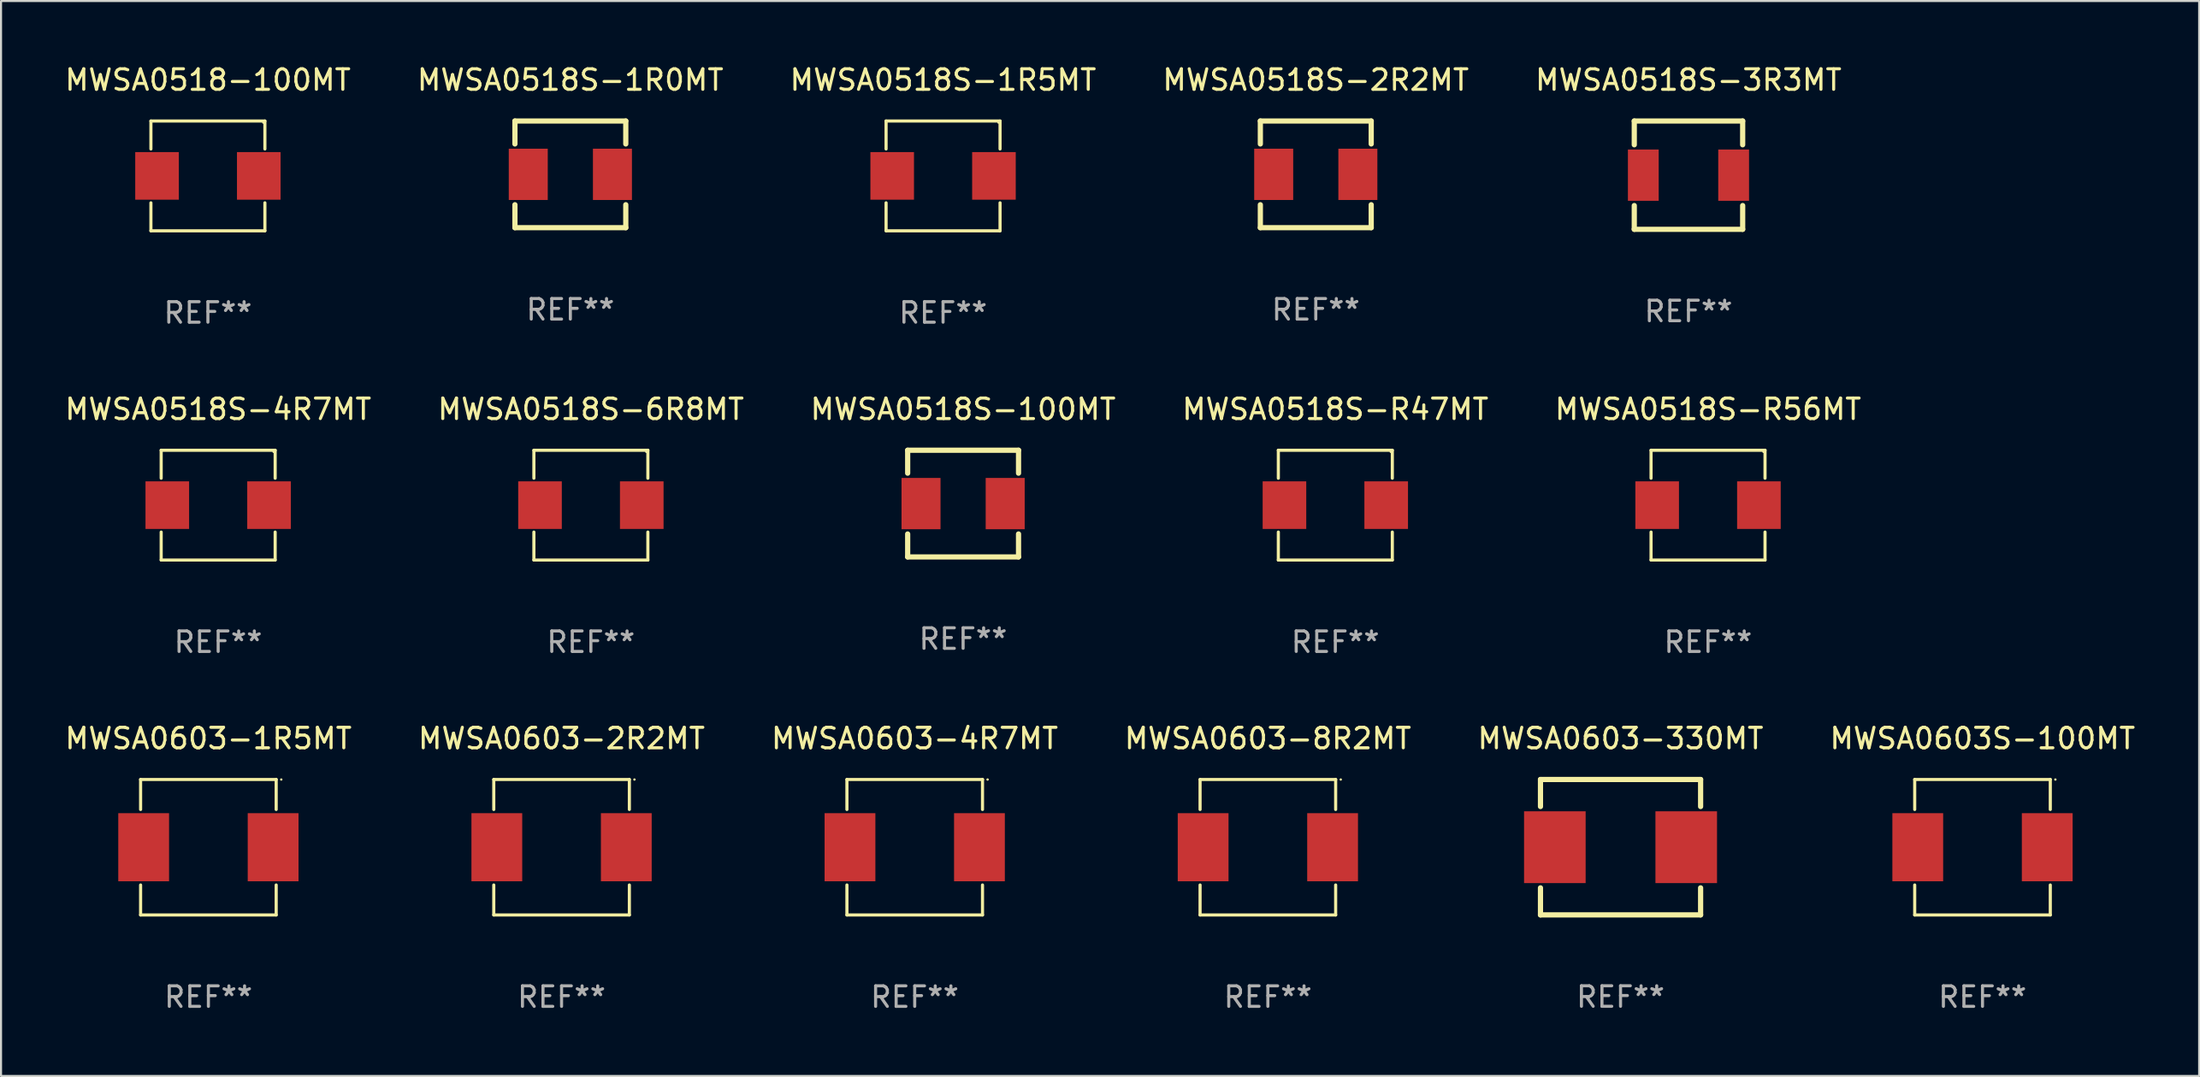
<source format=kicad_pcb>
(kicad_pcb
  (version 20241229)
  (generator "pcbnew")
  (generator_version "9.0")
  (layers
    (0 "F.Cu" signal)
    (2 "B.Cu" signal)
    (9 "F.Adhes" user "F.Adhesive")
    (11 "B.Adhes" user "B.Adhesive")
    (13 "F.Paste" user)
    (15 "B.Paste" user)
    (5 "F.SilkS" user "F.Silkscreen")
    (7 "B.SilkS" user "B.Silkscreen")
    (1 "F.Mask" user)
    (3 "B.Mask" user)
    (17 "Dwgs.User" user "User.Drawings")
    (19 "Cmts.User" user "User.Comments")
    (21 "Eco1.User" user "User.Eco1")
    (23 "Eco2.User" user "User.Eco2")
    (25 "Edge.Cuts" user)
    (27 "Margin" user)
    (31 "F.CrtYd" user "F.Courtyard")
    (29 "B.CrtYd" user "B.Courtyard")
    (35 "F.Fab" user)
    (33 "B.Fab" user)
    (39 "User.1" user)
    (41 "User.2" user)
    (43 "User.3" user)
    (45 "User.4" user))
  (footprint "MWSA0518S-2R2MT"
    (layer "F.Cu")
    (at 61.042 5.448)
    (property "Reference" "MWSA0518S-2R2MT" (at 0 -4.6 0) (layer "F.SilkS") (effects (font (size 1 1) (thickness 0.15))))
    (attr through_hole)
    (fp_line (start -2.7 -2.6) (end -2.7 -1.481) (stroke (width 0.254) (type solid)) (layer "F.SilkS"))
    (fp_line (start -2.7 -2.6) (end 2.7 -2.6) (stroke (width 0.254) (type solid)) (layer "F.SilkS"))
    (fp_line (start -2.7 1.481) (end -2.7 2.6) (stroke (width 0.254) (type solid)) (layer "F.SilkS"))
    (fp_line (start 2.7 -1.481) (end 2.7 -2.6) (stroke (width 0.254) (type solid)) (layer "F.SilkS"))
    (fp_line (start 2.7 2.6) (end -2.7 2.6) (stroke (width 0.254) (type solid)) (layer "F.SilkS"))
    (fp_line (start 2.7 2.6) (end 2.7 1.481) (stroke (width 0.254) (type solid)) (layer "F.SilkS"))
    (fp_circle (center -2.7 2.6) (end -2.67 2.6) (stroke (width 0.06) (type solid)) (fill no) (layer "F.SilkS"))
    (fp_text user "REF**" (at 0 6.6 0) (layer "F.Fab") (effects (font (size 1 1) (thickness 0.15))))
    (pad "1" smd rect (at -2.05 0) (size 1.9 2.5) (layers "F.Cu" "F.Mask" "F.Paste"))
    (pad "2" smd rect (at 2.05 0) (size 1.9 2.5) (layers "F.Cu" "F.Mask" "F.Paste")))
  (footprint "MWSA0518S-6R8MT"
    (layer "F.Cu")
    (at 25.732 21.573)
    (property "Reference" "MWSA0518S-6R8MT" (at 0 -4.676 0) (layer "F.SilkS") (effects (font (size 1 1) (thickness 0.15))))
    (attr through_hole)
    (fp_line (start -2.776 -2.676) (end 2.776 -2.676) (stroke (width 0.152) (type solid)) (layer "F.SilkS"))
    (fp_line (start -2.776 -1.312) (end -2.776 -2.676) (stroke (width 0.152) (type solid)) (layer "F.SilkS"))
    (fp_line (start -2.776 1.312) (end -2.776 2.676) (stroke (width 0.152) (type solid)) (layer "F.SilkS"))
    (fp_line (start -2.776 2.676) (end 2.776 2.676) (stroke (width 0.152) (type solid)) (layer "F.SilkS"))
    (fp_line (start 2.776 -2.676) (end 2.776 -1.312) (stroke (width 0.152) (type solid)) (layer "F.SilkS"))
    (fp_line (start 2.776 2.676) (end 2.776 1.312) (stroke (width 0.152) (type solid)) (layer "F.SilkS"))
    (fp_circle (center 2.7 -2.6) (end 2.73 -2.6) (stroke (width 0.06) (type solid)) (fill no) (layer "F.SilkS"))
    (fp_text user "REF**" (at 0 6.676 0) (layer "F.Fab") (effects (font (size 1 1) (thickness 0.15))))
    (pad "1" smd rect (at 2.478 0) (size 2.124 2.32) (layers "F.Cu" "F.Mask" "F.Paste"))
    (pad "2" smd rect (at -2.478 0) (size 2.124 2.32) (layers "F.Cu" "F.Mask" "F.Paste")))
  (footprint "MWSA0518S-4R7MT"
    (layer "F.Cu")
    (at 7.577 21.573)
    (property "Reference" "MWSA0518S-4R7MT" (at 0 -4.676 0) (layer "F.SilkS") (effects (font (size 1 1) (thickness 0.15))))
    (attr through_hole)
    (fp_line (start -2.776 -2.676) (end 2.776 -2.676) (stroke (width 0.152) (type solid)) (layer "F.SilkS"))
    (fp_line (start -2.776 -1.312) (end -2.776 -2.676) (stroke (width 0.152) (type solid)) (layer "F.SilkS"))
    (fp_line (start -2.776 1.312) (end -2.776 2.676) (stroke (width 0.152) (type solid)) (layer "F.SilkS"))
    (fp_line (start -2.776 2.676) (end 2.776 2.676) (stroke (width 0.152) (type solid)) (layer "F.SilkS"))
    (fp_line (start 2.776 -2.676) (end 2.776 -1.312) (stroke (width 0.152) (type solid)) (layer "F.SilkS"))
    (fp_line (start 2.776 2.676) (end 2.776 1.312) (stroke (width 0.152) (type solid)) (layer "F.SilkS"))
    (fp_circle (center 2.7 -2.6) (end 2.73 -2.6) (stroke (width 0.06) (type solid)) (fill no) (layer "F.SilkS"))
    (fp_text user "REF**" (at 0 6.676 0) (layer "F.Fab") (effects (font (size 1 1) (thickness 0.15))))
    (pad "1" smd rect (at 2.478 0) (size 2.124 2.32) (layers "F.Cu" "F.Mask" "F.Paste"))
    (pad "2" smd rect (at -2.478 0) (size 2.124 2.32) (layers "F.Cu" "F.Mask" "F.Paste")))
  (footprint "MWSA0518S-100MT"
    (layer "F.Cu")
    (at 43.863 21.497)
    (property "Reference" "MWSA0518S-100MT" (at 0 -4.6 0) (layer "F.SilkS") (effects (font (size 1 1) (thickness 0.15))))
    (attr through_hole)
    (fp_line (start -2.7 -2.6) (end -2.7 -1.481) (stroke (width 0.254) (type solid)) (layer "F.SilkS"))
    (fp_line (start -2.7 -2.6) (end 2.7 -2.6) (stroke (width 0.254) (type solid)) (layer "F.SilkS"))
    (fp_line (start -2.7 1.481) (end -2.7 2.6) (stroke (width 0.254) (type solid)) (layer "F.SilkS"))
    (fp_line (start 2.7 -1.481) (end 2.7 -2.6) (stroke (width 0.254) (type solid)) (layer "F.SilkS"))
    (fp_line (start 2.7 2.6) (end -2.7 2.6) (stroke (width 0.254) (type solid)) (layer "F.SilkS"))
    (fp_line (start 2.7 2.6) (end 2.7 1.481) (stroke (width 0.254) (type solid)) (layer "F.SilkS"))
    (fp_circle (center -2.7 2.6) (end -2.67 2.6) (stroke (width 0.06) (type solid)) (fill no) (layer "F.SilkS"))
    (fp_text user "REF**" (at 0 6.6 0) (layer "F.Fab") (effects (font (size 1 1) (thickness 0.15))))
    (pad "1" smd rect (at -2.05 0) (size 1.9 2.5) (layers "F.Cu" "F.Mask" "F.Paste"))
    (pad "2" smd rect (at 2.05 0) (size 1.9 2.5) (layers "F.Cu" "F.Mask" "F.Paste")))
  (footprint "MWSA0518S-1R5MT"
    (layer "F.Cu")
    (at 42.887 5.524)
    (property "Reference" "MWSA0518S-1R5MT" (at 0 -4.676 0) (layer "F.SilkS") (effects (font (size 1 1) (thickness 0.15))))
    (attr through_hole)
    (fp_line (start -2.776 -2.676) (end 2.776 -2.676) (stroke (width 0.152) (type solid)) (layer "F.SilkS"))
    (fp_line (start -2.776 -1.312) (end -2.776 -2.676) (stroke (width 0.152) (type solid)) (layer "F.SilkS"))
    (fp_line (start -2.776 1.312) (end -2.776 2.676) (stroke (width 0.152) (type solid)) (layer "F.SilkS"))
    (fp_line (start -2.776 2.676) (end 2.776 2.676) (stroke (width 0.152) (type solid)) (layer "F.SilkS"))
    (fp_line (start 2.776 -2.676) (end 2.776 -1.312) (stroke (width 0.152) (type solid)) (layer "F.SilkS"))
    (fp_line (start 2.776 2.676) (end 2.776 1.312) (stroke (width 0.152) (type solid)) (layer "F.SilkS"))
    (fp_circle (center 2.7 -2.6) (end 2.73 -2.6) (stroke (width 0.06) (type solid)) (fill no) (layer "F.SilkS"))
    (fp_text user "REF**" (at 0 6.676 0) (layer "F.Fab") (effects (font (size 1 1) (thickness 0.15))))
    (pad "1" smd rect (at 2.478 0) (size 2.124 2.32) (layers "F.Cu" "F.Mask" "F.Paste"))
    (pad "2" smd rect (at -2.478 0) (size 2.124 2.32) (layers "F.Cu" "F.Mask" "F.Paste")))
  (footprint "MWSA0603-330MT"
    (layer "F.Cu")
    (at 75.887 38.246)
    (property "Reference" "MWSA0603-330MT" (at 0 -5.3 0) (layer "F.SilkS") (effects (font (size 1 1) (thickness 0.15))))
    (attr through_hole)
    (fp_line (start -3.9 -3.3) (end -3.9 -1.981) (stroke (width 0.254) (type solid)) (layer "F.SilkS"))
    (fp_line (start -3.9 -3.3) (end 3.9 -3.3) (stroke (width 0.254) (type solid)) (layer "F.SilkS"))
    (fp_line (start -3.9 1.981) (end -3.9 3.3) (stroke (width 0.254) (type solid)) (layer "F.SilkS"))
    (fp_line (start 3.9 3.3) (end -3.9 3.3) (stroke (width 0.254) (type solid)) (layer "F.SilkS"))
    (fp_line (start 3.9 -3.3) (end 3.9 -1.981) (stroke (width 0.254) (type solid)) (layer "F.SilkS"))
    (fp_line (start 3.9 1.981) (end 3.9 3.3) (stroke (width 0.254) (type solid)) (layer "F.SilkS"))
    (fp_circle (center -3.55 3.3) (end -3.52 3.3) (stroke (width 0.06) (type solid)) (fill no) (layer "F.SilkS"))
    (fp_text user "REF**" (at 0 7.3 0) (layer "F.Fab") (effects (font (size 1 1) (thickness 0.15))))
    (pad "1" smd rect (at -3.2 0.000279) (size 3 3.5) (layers "F.Cu" "F.Mask" "F.Paste"))
    (pad "2" smd rect (at 3.2 0.000279) (size 3 3.5) (layers "F.Cu" "F.Mask" "F.Paste")))
  (footprint "MWSA0603S-100MT"
    (layer "F.Cu")
    (at 93.518 38.248)
    (property "Reference" "MWSA0603S-100MT" (at 0 -5.302 0) (layer "F.SilkS") (effects (font (size 1 1) (thickness 0.15))))
    (attr through_hole)
    (fp_line (start -3.302 -3.302) (end -3.302 -1.84) (stroke (width 0.152) (type solid)) (layer "F.SilkS"))
    (fp_line (start -3.302 1.84) (end -3.302 3.302) (stroke (width 0.152) (type solid)) (layer "F.SilkS"))
    (fp_line (start -3.302 3.302) (end 3.302 3.302) (stroke (width 0.152) (type solid)) (layer "F.SilkS"))
    (fp_line (start 3.302 -3.302) (end -3.302 -3.302) (stroke (width 0.152) (type solid)) (layer "F.SilkS"))
    (fp_line (start 3.302 -1.84) (end 3.302 -3.302) (stroke (width 0.152) (type solid)) (layer "F.SilkS"))
    (fp_line (start 3.302 3.302) (end 3.302 1.84) (stroke (width 0.152) (type solid)) (layer "F.SilkS"))
    (fp_circle (center 3.55 -3.3) (end 3.58 -3.3) (stroke (width 0.06) (type solid)) (fill no) (layer "F.SilkS"))
    (fp_text user "REF**" (at 0 7.302 0) (layer "F.Fab") (effects (font (size 1 1) (thickness 0.15))))
    (pad "1" smd rect (at 3.153 0) (size 2.474 3.32) (layers "F.Cu" "F.Mask" "F.Paste"))
    (pad "2" smd rect (at -3.153 0) (size 2.474 3.32) (layers "F.Cu" "F.Mask" "F.Paste")))
  (footprint "MWSA0518S-3R3MT"
    (layer "F.Cu")
    (at 79.196 5.488)
    (property "Reference" "MWSA0518S-3R3MT" (at 0 -4.64 0) (layer "F.SilkS") (effects (font (size 1 1) (thickness 0.15))))
    (attr through_hole)
    (fp_line (start -2.64 -2.64) (end 2.64 -2.64) (stroke (width 0.254) (type solid)) (layer "F.SilkS"))
    (fp_line (start -2.64 -1.481) (end -2.64 -2.64) (stroke (width 0.254) (type solid)) (layer "F.SilkS"))
    (fp_line (start -2.64 2.64) (end -2.64 1.481) (stroke (width 0.254) (type solid)) (layer "F.SilkS"))
    (fp_line (start 2.64 -2.64) (end 2.64 -1.481) (stroke (width 0.254) (type solid)) (layer "F.SilkS"))
    (fp_line (start 2.64 1.481) (end 2.64 2.64) (stroke (width 0.254) (type solid)) (layer "F.SilkS"))
    (fp_line (start 2.64 2.64) (end -2.64 2.64) (stroke (width 0.254) (type solid)) (layer "F.SilkS"))
    (fp_circle (center -2.7 2.6) (end -2.67 2.6) (stroke (width 0.06) (type solid)) (fill no) (layer "F.SilkS"))
    (fp_text user "REF**" (at 0 6.64 0) (layer "F.Fab") (effects (font (size 1 1) (thickness 0.15))))
    (pad "1" smd rect (at -2.2 0) (size 1.5 2.5) (layers "F.Cu" "F.Mask" "F.Paste"))
    (pad "2" smd rect (at 2.2 0) (size 1.5 2.5) (layers "F.Cu" "F.Mask" "F.Paste")))
  (footprint "MWSA0518S-R47MT"
    (layer "F.Cu")
    (at 61.994 21.573)
    (property "Reference" "MWSA0518S-R47MT" (at 0 -4.676 0) (layer "F.SilkS") (effects (font (size 1 1) (thickness 0.15))))
    (attr through_hole)
    (fp_line (start -2.776 -2.676) (end 2.776 -2.676) (stroke (width 0.152) (type solid)) (layer "F.SilkS"))
    (fp_line (start -2.776 -1.312) (end -2.776 -2.676) (stroke (width 0.152) (type solid)) (layer "F.SilkS"))
    (fp_line (start -2.776 1.312) (end -2.776 2.676) (stroke (width 0.152) (type solid)) (layer "F.SilkS"))
    (fp_line (start -2.776 2.676) (end 2.776 2.676) (stroke (width 0.152) (type solid)) (layer "F.SilkS"))
    (fp_line (start 2.776 -2.676) (end 2.776 -1.312) (stroke (width 0.152) (type solid)) (layer "F.SilkS"))
    (fp_line (start 2.776 2.676) (end 2.776 1.312) (stroke (width 0.152) (type solid)) (layer "F.SilkS"))
    (fp_circle (center 2.7 -2.6) (end 2.73 -2.6) (stroke (width 0.06) (type solid)) (fill no) (layer "F.SilkS"))
    (fp_text user "REF**" (at 0 6.676 0) (layer "F.Fab") (effects (font (size 1 1) (thickness 0.15))))
    (pad "1" smd rect (at 2.478 0) (size 2.124 2.32) (layers "F.Cu" "F.Mask" "F.Paste"))
    (pad "2" smd rect (at -2.478 0) (size 2.124 2.32) (layers "F.Cu" "F.Mask" "F.Paste")))
  (footprint "MWSA0518-100MT"
    (layer "F.Cu")
    (at 7.077 5.524)
    (property "Reference" "MWSA0518-100MT" (at 0 -4.676 0) (layer "F.SilkS") (effects (font (size 1 1) (thickness 0.15))))
    (attr through_hole)
    (fp_line (start -2.776 -2.676) (end 2.776 -2.676) (stroke (width 0.152) (type solid)) (layer "F.SilkS"))
    (fp_line (start -2.776 -1.312) (end -2.776 -2.676) (stroke (width 0.152) (type solid)) (layer "F.SilkS"))
    (fp_line (start -2.776 1.312) (end -2.776 2.676) (stroke (width 0.152) (type solid)) (layer "F.SilkS"))
    (fp_line (start -2.776 2.676) (end 2.776 2.676) (stroke (width 0.152) (type solid)) (layer "F.SilkS"))
    (fp_line (start 2.776 -2.676) (end 2.776 -1.312) (stroke (width 0.152) (type solid)) (layer "F.SilkS"))
    (fp_line (start 2.776 2.676) (end 2.776 1.312) (stroke (width 0.152) (type solid)) (layer "F.SilkS"))
    (fp_circle (center 2.7 -2.6) (end 2.73 -2.6) (stroke (width 0.06) (type solid)) (fill no) (layer "F.SilkS"))
    (fp_text user "REF**" (at 0 6.676 0) (layer "F.Fab") (effects (font (size 1 1) (thickness 0.15))))
    (pad "1" smd rect (at 2.478 0) (size 2.124 2.32) (layers "F.Cu" "F.Mask" "F.Paste"))
    (pad "2" smd rect (at -2.478 0) (size 2.124 2.32) (layers "F.Cu" "F.Mask" "F.Paste")))
  (footprint "MWSA0603-1R5MT"
    (layer "F.Cu")
    (at 7.101 38.248)
    (property "Reference" "MWSA0603-1R5MT" (at 0 -5.302 0) (layer "F.SilkS") (effects (font (size 1 1) (thickness 0.15))))
    (attr through_hole)
    (fp_line (start -3.302 -3.302) (end -3.302 -1.84) (stroke (width 0.152) (type solid)) (layer "F.SilkS"))
    (fp_line (start -3.302 1.84) (end -3.302 3.302) (stroke (width 0.152) (type solid)) (layer "F.SilkS"))
    (fp_line (start -3.302 3.302) (end 3.302 3.302) (stroke (width 0.152) (type solid)) (layer "F.SilkS"))
    (fp_line (start 3.302 -3.302) (end -3.302 -3.302) (stroke (width 0.152) (type solid)) (layer "F.SilkS"))
    (fp_line (start 3.302 -1.84) (end 3.302 -3.302) (stroke (width 0.152) (type solid)) (layer "F.SilkS"))
    (fp_line (start 3.302 3.302) (end 3.302 1.84) (stroke (width 0.152) (type solid)) (layer "F.SilkS"))
    (fp_circle (center 3.55 -3.3) (end 3.58 -3.3) (stroke (width 0.06) (type solid)) (fill no) (layer "F.SilkS"))
    (fp_text user "REF**" (at 0 7.302 0) (layer "F.Fab") (effects (font (size 1 1) (thickness 0.15))))
    (pad "1" smd rect (at 3.153 0) (size 2.474 3.32) (layers "F.Cu" "F.Mask" "F.Paste"))
    (pad "2" smd rect (at -3.153 0) (size 2.474 3.32) (layers "F.Cu" "F.Mask" "F.Paste")))
  (footprint "MWSA0518S-1R0MT"
    (layer "F.Cu")
    (at 24.732 5.448)
    (property "Reference" "MWSA0518S-1R0MT" (at 0 -4.6 0) (layer "F.SilkS") (effects (font (size 1 1) (thickness 0.15))))
    (attr through_hole)
    (fp_line (start -2.7 -2.6) (end -2.7 -1.481) (stroke (width 0.254) (type solid)) (layer "F.SilkS"))
    (fp_line (start -2.7 -2.6) (end 2.7 -2.6) (stroke (width 0.254) (type solid)) (layer "F.SilkS"))
    (fp_line (start -2.7 1.481) (end -2.7 2.6) (stroke (width 0.254) (type solid)) (layer "F.SilkS"))
    (fp_line (start 2.7 -1.481) (end 2.7 -2.6) (stroke (width 0.254) (type solid)) (layer "F.SilkS"))
    (fp_line (start 2.7 2.6) (end -2.7 2.6) (stroke (width 0.254) (type solid)) (layer "F.SilkS"))
    (fp_line (start 2.7 2.6) (end 2.7 1.481) (stroke (width 0.254) (type solid)) (layer "F.SilkS"))
    (fp_circle (center -2.7 2.6) (end -2.67 2.6) (stroke (width 0.06) (type solid)) (fill no) (layer "F.SilkS"))
    (fp_text user "REF**" (at 0 6.6 0) (layer "F.Fab") (effects (font (size 1 1) (thickness 0.15))))
    (pad "1" smd rect (at -2.05 0) (size 1.9 2.5) (layers "F.Cu" "F.Mask" "F.Paste"))
    (pad "2" smd rect (at 2.05 0) (size 1.9 2.5) (layers "F.Cu" "F.Mask" "F.Paste")))
  (footprint "MWSA0603-8R2MT"
    (layer "F.Cu")
    (at 58.708 38.248)
    (property "Reference" "MWSA0603-8R2MT" (at 0 -5.302 0) (layer "F.SilkS") (effects (font (size 1 1) (thickness 0.15))))
    (attr through_hole)
    (fp_line (start -3.302 -3.302) (end -3.302 -1.84) (stroke (width 0.152) (type solid)) (layer "F.SilkS"))
    (fp_line (start -3.302 1.84) (end -3.302 3.302) (stroke (width 0.152) (type solid)) (layer "F.SilkS"))
    (fp_line (start -3.302 3.302) (end 3.302 3.302) (stroke (width 0.152) (type solid)) (layer "F.SilkS"))
    (fp_line (start 3.302 -3.302) (end -3.302 -3.302) (stroke (width 0.152) (type solid)) (layer "F.SilkS"))
    (fp_line (start 3.302 -1.84) (end 3.302 -3.302) (stroke (width 0.152) (type solid)) (layer "F.SilkS"))
    (fp_line (start 3.302 3.302) (end 3.302 1.84) (stroke (width 0.152) (type solid)) (layer "F.SilkS"))
    (fp_circle (center 3.55 -3.3) (end 3.58 -3.3) (stroke (width 0.06) (type solid)) (fill no) (layer "F.SilkS"))
    (fp_text user "REF**" (at 0 7.302 0) (layer "F.Fab") (effects (font (size 1 1) (thickness 0.15))))
    (pad "1" smd rect (at 3.153 0) (size 2.474 3.32) (layers "F.Cu" "F.Mask" "F.Paste"))
    (pad "2" smd rect (at -3.153 0) (size 2.474 3.32) (layers "F.Cu" "F.Mask" "F.Paste")))
  (footprint "MWSA0603-2R2MT"
    (layer "F.Cu")
    (at 24.304 38.248)
    (property "Reference" "MWSA0603-2R2MT" (at 0 -5.302 0) (layer "F.SilkS") (effects (font (size 1 1) (thickness 0.15))))
    (attr through_hole)
    (fp_line (start -3.302 -3.302) (end -3.302 -1.84) (stroke (width 0.152) (type solid)) (layer "F.SilkS"))
    (fp_line (start -3.302 1.84) (end -3.302 3.302) (stroke (width 0.152) (type solid)) (layer "F.SilkS"))
    (fp_line (start -3.302 3.302) (end 3.302 3.302) (stroke (width 0.152) (type solid)) (layer "F.SilkS"))
    (fp_line (start 3.302 -3.302) (end -3.302 -3.302) (stroke (width 0.152) (type solid)) (layer "F.SilkS"))
    (fp_line (start 3.302 -1.84) (end 3.302 -3.302) (stroke (width 0.152) (type solid)) (layer "F.SilkS"))
    (fp_line (start 3.302 3.302) (end 3.302 1.84) (stroke (width 0.152) (type solid)) (layer "F.SilkS"))
    (fp_circle (center 3.55 -3.3) (end 3.58 -3.3) (stroke (width 0.06) (type solid)) (fill no) (layer "F.SilkS"))
    (fp_text user "REF**" (at 0 7.302 0) (layer "F.Fab") (effects (font (size 1 1) (thickness 0.15))))
    (pad "1" smd rect (at 3.153 0) (size 2.474 3.32) (layers "F.Cu" "F.Mask" "F.Paste"))
    (pad "2" smd rect (at -3.153 0) (size 2.474 3.32) (layers "F.Cu" "F.Mask" "F.Paste")))
  (footprint "MWSA0603-4R7MT"
    (layer "F.Cu")
    (at 41.506 38.248)
    (property "Reference" "MWSA0603-4R7MT" (at 0 -5.302 0) (layer "F.SilkS") (effects (font (size 1 1) (thickness 0.15))))
    (attr through_hole)
    (fp_line (start -3.302 -3.302) (end -3.302 -1.84) (stroke (width 0.152) (type solid)) (layer "F.SilkS"))
    (fp_line (start -3.302 1.84) (end -3.302 3.302) (stroke (width 0.152) (type solid)) (layer "F.SilkS"))
    (fp_line (start -3.302 3.302) (end 3.302 3.302) (stroke (width 0.152) (type solid)) (layer "F.SilkS"))
    (fp_line (start 3.302 -3.302) (end -3.302 -3.302) (stroke (width 0.152) (type solid)) (layer "F.SilkS"))
    (fp_line (start 3.302 -1.84) (end 3.302 -3.302) (stroke (width 0.152) (type solid)) (layer "F.SilkS"))
    (fp_line (start 3.302 3.302) (end 3.302 1.84) (stroke (width 0.152) (type solid)) (layer "F.SilkS"))
    (fp_circle (center 3.55 -3.3) (end 3.58 -3.3) (stroke (width 0.06) (type solid)) (fill no) (layer "F.SilkS"))
    (fp_text user "REF**" (at 0 7.302 0) (layer "F.Fab") (effects (font (size 1 1) (thickness 0.15))))
    (pad "1" smd rect (at 3.153 0) (size 2.474 3.32) (layers "F.Cu" "F.Mask" "F.Paste"))
    (pad "2" smd rect (at -3.153 0) (size 2.474 3.32) (layers "F.Cu" "F.Mask" "F.Paste")))
  (footprint "MWSA0518S-R56MT"
    (layer "F.Cu")
    (at 80.149 21.573)
    (property "Reference" "MWSA0518S-R56MT" (at 0 -4.676 0) (layer "F.SilkS") (effects (font (size 1 1) (thickness 0.15))))
    (attr through_hole)
    (fp_line (start -2.776 -2.676) (end 2.776 -2.676) (stroke (width 0.152) (type solid)) (layer "F.SilkS"))
    (fp_line (start -2.776 -1.312) (end -2.776 -2.676) (stroke (width 0.152) (type solid)) (layer "F.SilkS"))
    (fp_line (start -2.776 1.312) (end -2.776 2.676) (stroke (width 0.152) (type solid)) (layer "F.SilkS"))
    (fp_line (start -2.776 2.676) (end 2.776 2.676) (stroke (width 0.152) (type solid)) (layer "F.SilkS"))
    (fp_line (start 2.776 -2.676) (end 2.776 -1.312) (stroke (width 0.152) (type solid)) (layer "F.SilkS"))
    (fp_line (start 2.776 2.676) (end 2.776 1.312) (stroke (width 0.152) (type solid)) (layer "F.SilkS"))
    (fp_circle (center 2.7 -2.6) (end 2.73 -2.6) (stroke (width 0.06) (type solid)) (fill no) (layer "F.SilkS"))
    (fp_text user "REF**" (at 0 6.676 0) (layer "F.Fab") (effects (font (size 1 1) (thickness 0.15))))
    (pad "1" smd rect (at 2.478 0) (size 2.124 2.32) (layers "F.Cu" "F.Mask" "F.Paste"))
    (pad "2" smd rect (at -2.478 0) (size 2.124 2.32) (layers "F.Cu" "F.Mask" "F.Paste")))
  (gr_rect
    (start -3 -3)
    (end 104.071 49.398)
    (stroke (width 0.1) (type default))
    (fill no)
    (layer "Edge.Cuts")))
</source>
